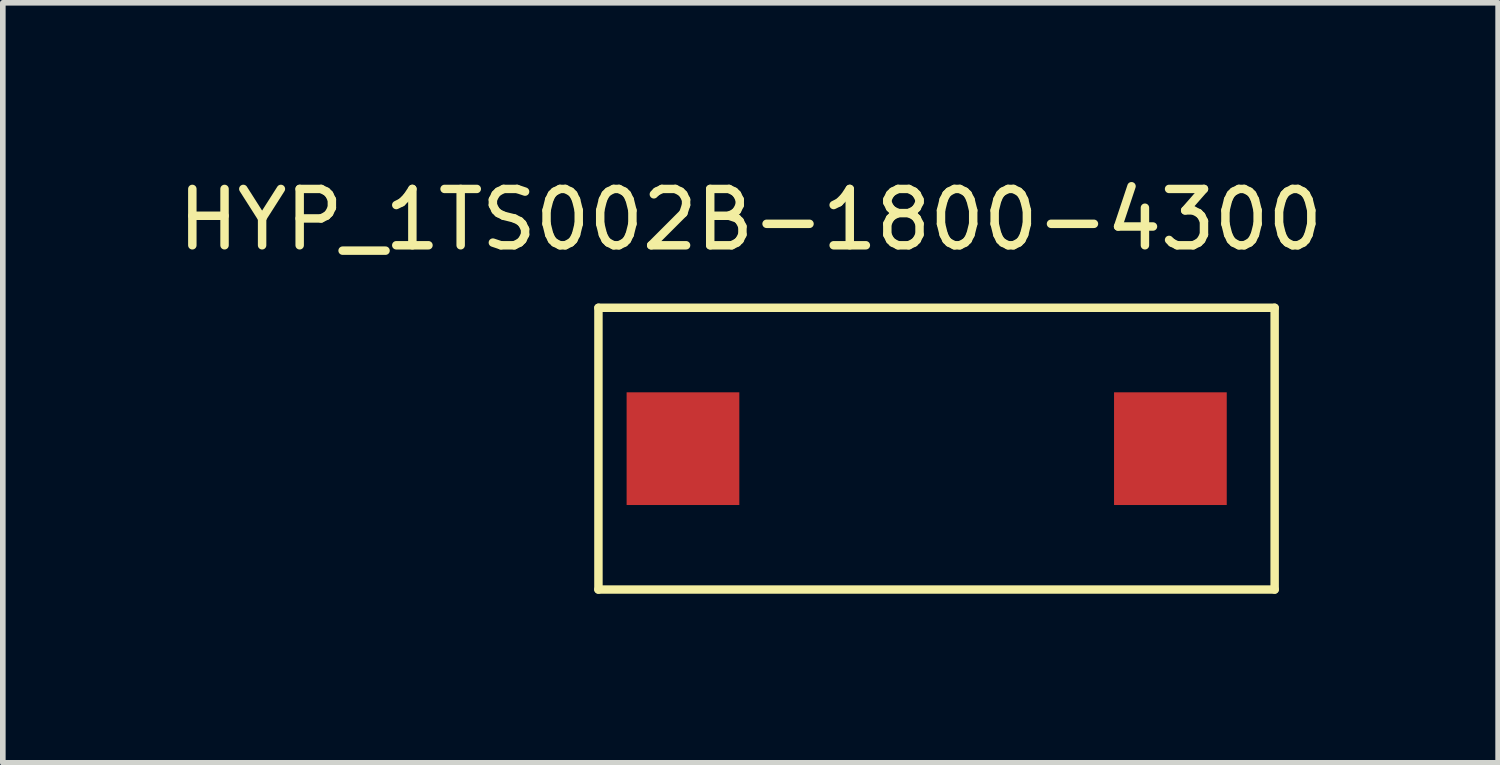
<source format=kicad_pcb>
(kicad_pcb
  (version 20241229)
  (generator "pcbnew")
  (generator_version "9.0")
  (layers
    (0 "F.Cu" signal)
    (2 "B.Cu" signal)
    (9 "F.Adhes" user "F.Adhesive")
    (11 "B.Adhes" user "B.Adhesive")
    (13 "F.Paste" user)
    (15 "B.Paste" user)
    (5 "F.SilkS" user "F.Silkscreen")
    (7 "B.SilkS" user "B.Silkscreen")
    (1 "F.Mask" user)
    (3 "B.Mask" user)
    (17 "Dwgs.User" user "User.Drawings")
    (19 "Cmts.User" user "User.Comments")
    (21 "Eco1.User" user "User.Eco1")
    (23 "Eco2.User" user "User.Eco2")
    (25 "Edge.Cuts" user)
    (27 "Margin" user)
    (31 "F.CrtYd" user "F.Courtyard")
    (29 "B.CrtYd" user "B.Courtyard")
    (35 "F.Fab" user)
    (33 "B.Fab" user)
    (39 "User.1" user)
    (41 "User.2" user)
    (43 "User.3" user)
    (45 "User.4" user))
  (footprint "HYP_1TS002B-1800-4300"
    (layer "F.Cu")
    (at 13.57 4.912)
    (property "Reference" "HYP_1TS002B-1800-4300" (at -3.302 -4.064 0) (layer "F.SilkS") (effects (font (size 1 1) (thickness 0.15))))
    (attr smd)
    (fp_line (start -6 -2.5) (end -6 2.5) (stroke (width 0.15) (type solid)) (layer "F.SilkS"))
    (fp_line (start -6 -2.5) (end 6 -2.5) (stroke (width 0.15) (type solid)) (layer "F.SilkS"))
    (fp_line (start -6 2.5) (end 6 2.5) (stroke (width 0.15) (type solid)) (layer "F.SilkS"))
    (fp_line (start 6 -2.5) (end 6 2.5) (stroke (width 0.15) (type solid)) (layer "F.SilkS"))
    (pad "1" smd rect (at -4.5 0) (size 2 2) (layers "F.Cu" "F.Mask" "F.Paste"))
    (pad "2" smd rect (at 4.15 0) (size 2 2) (layers "F.Cu" "F.Mask" "F.Paste")))
  (gr_rect
    (start -3 -3)
    (end 23.536 10.487)
    (stroke (width 0.1) (type default))
    (fill no)
    (layer "Edge.Cuts")))
</source>
